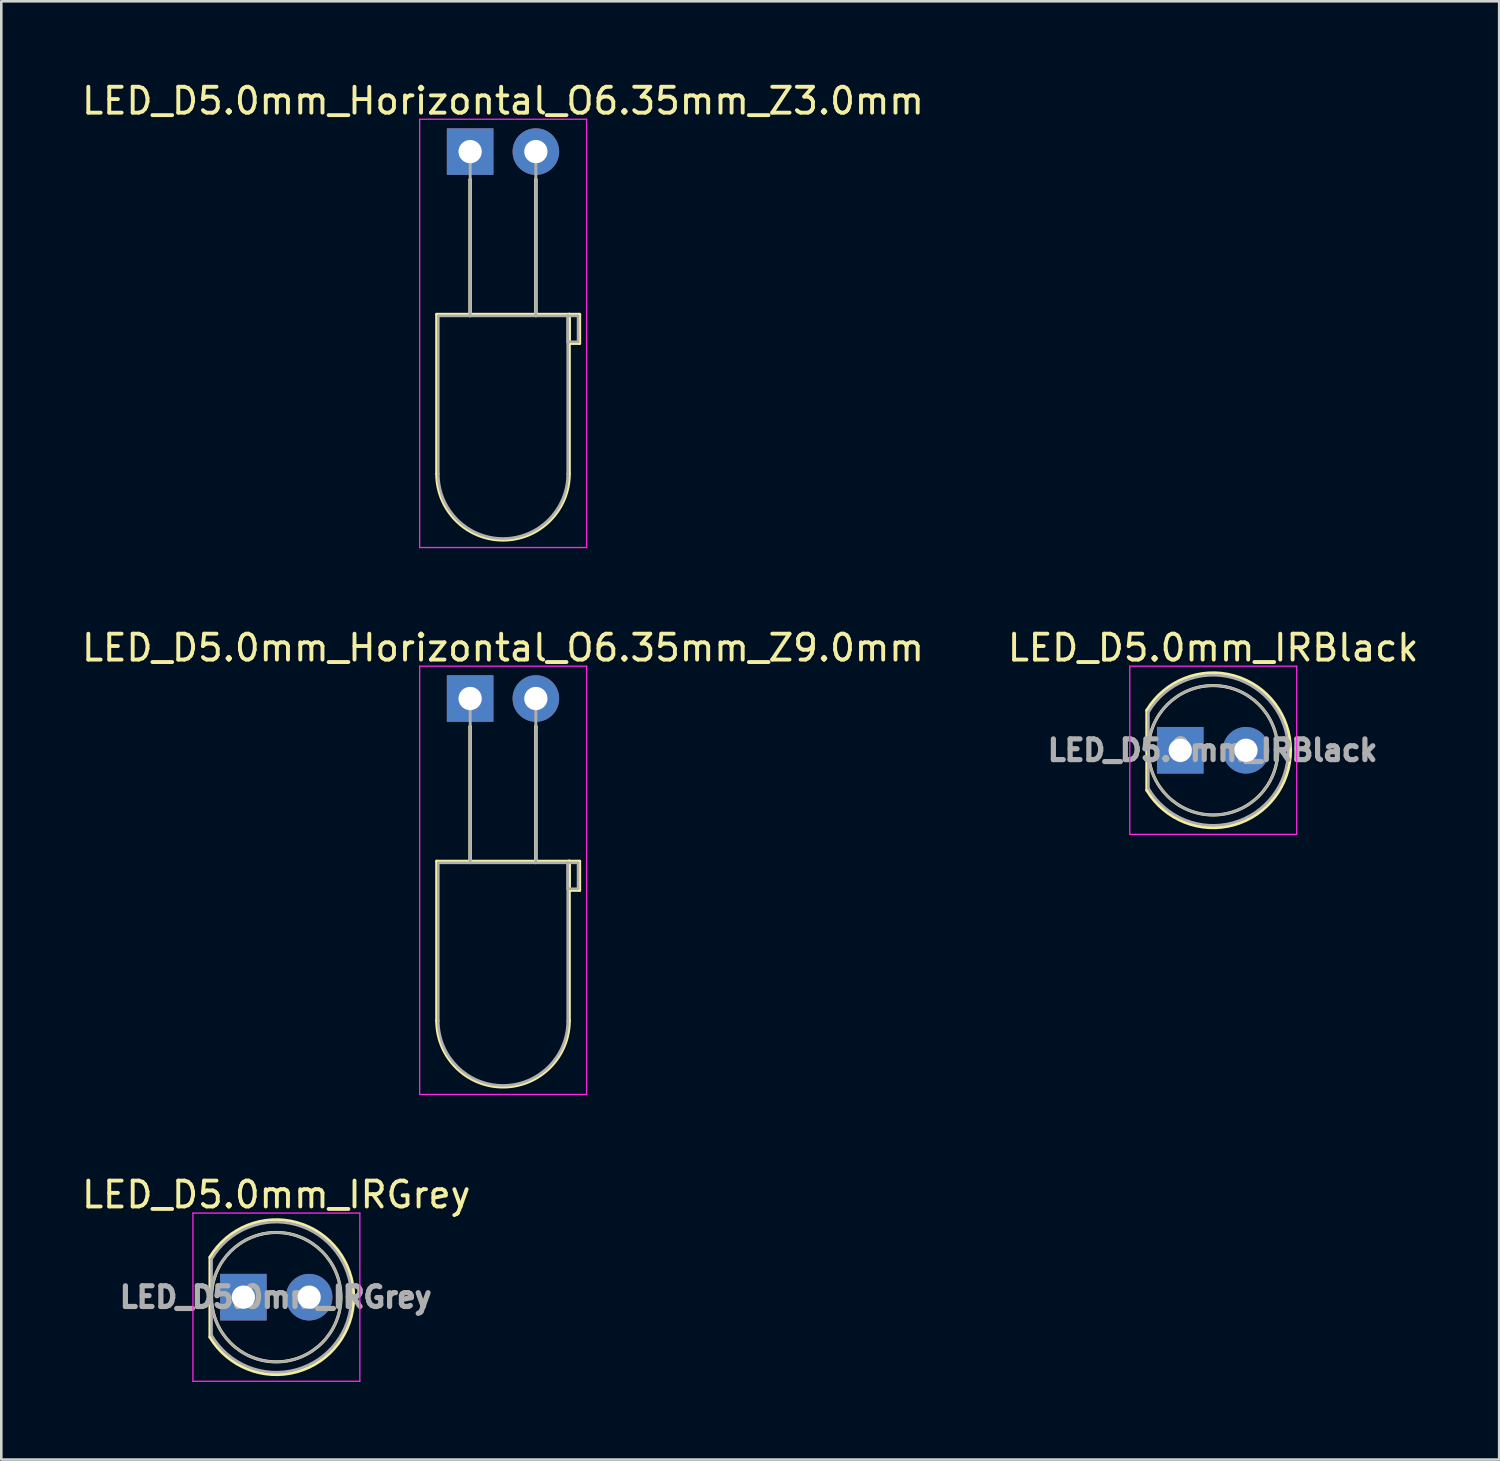
<source format=kicad_pcb>
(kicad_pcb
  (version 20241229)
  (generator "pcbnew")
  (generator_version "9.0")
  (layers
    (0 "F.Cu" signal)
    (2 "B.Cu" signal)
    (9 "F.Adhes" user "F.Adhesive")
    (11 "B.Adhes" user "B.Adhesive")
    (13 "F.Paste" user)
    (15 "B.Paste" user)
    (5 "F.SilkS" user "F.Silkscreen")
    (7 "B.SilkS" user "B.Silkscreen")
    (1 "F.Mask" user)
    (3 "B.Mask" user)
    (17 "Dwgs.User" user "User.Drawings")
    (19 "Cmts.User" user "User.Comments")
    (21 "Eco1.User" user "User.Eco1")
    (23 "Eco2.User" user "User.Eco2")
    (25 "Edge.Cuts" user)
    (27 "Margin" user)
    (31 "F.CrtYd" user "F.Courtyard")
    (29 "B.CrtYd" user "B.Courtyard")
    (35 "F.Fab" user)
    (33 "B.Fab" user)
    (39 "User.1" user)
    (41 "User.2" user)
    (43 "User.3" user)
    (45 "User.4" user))
  (footprint "LED_D5.0mm_IRBlack"
    (layer "F.Cu")
    (at 42.557 25.942)
    (property "Reference" "LED_D5.0mm_IRBlack" (at 1.27 -3.96 0) (layer "F.SilkS") (effects (font (size 1 1) (thickness 0.15))))
    (attr through_hole)
    (fp_line (start -1.29 -1.545) (end -1.29 1.545) (stroke (width 0.12) (type solid)) (layer "F.SilkS"))
    (fp_arc (start -1.29 -1.54483) (mid 2.072002 -2.880433) (end 4.26 0.000462) (stroke (width 0.12) (type solid)) (layer "F.SilkS"))
    (fp_arc (start 4.26 -0.000462) (mid 2.072002 2.880433) (end -1.29 1.54483) (stroke (width 0.12) (type solid)) (layer "F.SilkS"))
    (fp_circle (center 1.27 0) (end 3.77 0) (stroke (width 0.12) (type solid)) (fill no) (layer "F.SilkS"))
    (fp_line (start -1.95 -3.25) (end -1.95 3.25) (stroke (width 0.05) (type solid)) (layer "F.CrtYd"))
    (fp_line (start -1.95 3.25) (end 4.5 3.25) (stroke (width 0.05) (type solid)) (layer "F.CrtYd"))
    (fp_line (start 4.5 -3.25) (end -1.95 -3.25) (stroke (width 0.05) (type solid)) (layer "F.CrtYd"))
    (fp_line (start 4.5 3.25) (end 4.5 -3.25) (stroke (width 0.05) (type solid)) (layer "F.CrtYd"))
    (fp_line (start -1.23 -1.47) (end -1.23 1.47) (stroke (width 0.1) (type solid)) (layer "F.Fab"))
    (fp_arc (start -1.23 -1.469694) (mid 4.17 0.000016) (end -1.230016 1.469666) (stroke (width 0.1) (type solid)) (layer "F.Fab"))
    (fp_circle (center 1.27 0) (end 3.77 0) (stroke (width 0.1) (type solid)) (fill no) (layer "F.Fab"))
    (fp_text user "${REFERENCE}" (at 1.25 0 0) (layer "F.Fab") (effects (font (size 0.8 0.8) (thickness 0.2))))
    (pad "1" thru_hole rect (at 0 0) (size 1.8 1.8) (drill 0.9) (layers "*.Cu" "*.Mask"))
    (pad "2" thru_hole circle (at 2.54 0) (size 1.8 1.8) (drill 0.9) (layers "*.Cu" "*.Mask")))
  (footprint "LED_D5.0mm_IRGrey"
    (layer "F.Cu")
    (at 6.355 47.075)
    (property "Reference" "LED_D5.0mm_IRGrey" (at 1.27 -3.96 0) (layer "F.SilkS") (effects (font (size 1 1) (thickness 0.15))))
    (attr through_hole)
    (fp_line (start -1.29 -1.545) (end -1.29 1.545) (stroke (width 0.12) (type solid)) (layer "F.SilkS"))
    (fp_arc (start -1.29 -1.54483) (mid 2.072002 -2.880433) (end 4.26 0.000462) (stroke (width 0.12) (type solid)) (layer "F.SilkS"))
    (fp_arc (start 4.26 -0.000462) (mid 2.072002 2.880433) (end -1.29 1.54483) (stroke (width 0.12) (type solid)) (layer "F.SilkS"))
    (fp_circle (center 1.27 0) (end 3.77 0) (stroke (width 0.12) (type solid)) (fill no) (layer "F.SilkS"))
    (fp_line (start -1.95 -3.25) (end -1.95 3.25) (stroke (width 0.05) (type solid)) (layer "F.CrtYd"))
    (fp_line (start -1.95 3.25) (end 4.5 3.25) (stroke (width 0.05) (type solid)) (layer "F.CrtYd"))
    (fp_line (start 4.5 -3.25) (end -1.95 -3.25) (stroke (width 0.05) (type solid)) (layer "F.CrtYd"))
    (fp_line (start 4.5 3.25) (end 4.5 -3.25) (stroke (width 0.05) (type solid)) (layer "F.CrtYd"))
    (fp_line (start -1.23 -1.47) (end -1.23 1.47) (stroke (width 0.1) (type solid)) (layer "F.Fab"))
    (fp_arc (start -1.23 -1.469694) (mid 4.17 0.000016) (end -1.230016 1.469666) (stroke (width 0.1) (type solid)) (layer "F.Fab"))
    (fp_circle (center 1.27 0) (end 3.77 0) (stroke (width 0.1) (type solid)) (fill no) (layer "F.Fab"))
    (fp_text user "${REFERENCE}" (at 1.25 0 0) (layer "F.Fab") (effects (font (size 0.8 0.8) (thickness 0.2))))
    (pad "1" thru_hole rect (at 0 0) (size 1.8 1.8) (drill 0.9) (layers "*.Cu" "*.Mask"))
    (pad "2" thru_hole circle (at 2.54 0) (size 1.8 1.8) (drill 0.9) (layers "*.Cu" "*.Mask")))
  (footprint "LED_D5.0mm_Horizontal_O6.35mm_Z9.0mm"
    (layer "F.Cu")
    (at 15.117 23.942)
    (property "Reference" "LED_D5.0mm_Horizontal_O6.35mm_Z9.0mm" (at 1.27 -1.96 0) (layer "F.SilkS") (effects (font (size 1 1) (thickness 0.15))))
    (attr through_hole)
    (fp_line (start -1.29 6.29) (end -1.29 12.45) (stroke (width 0.12) (type solid)) (layer "F.SilkS"))
    (fp_line (start -1.29 6.29) (end 3.83 6.29) (stroke (width 0.12) (type solid)) (layer "F.SilkS"))
    (fp_line (start 0 1.08) (end 0 1.08) (stroke (width 0.12) (type solid)) (layer "F.SilkS"))
    (fp_line (start 0 1.08) (end 0 6.29) (stroke (width 0.12) (type solid)) (layer "F.SilkS"))
    (fp_line (start 0 6.29) (end 0 1.08) (stroke (width 0.12) (type solid)) (layer "F.SilkS"))
    (fp_line (start 0 6.29) (end 0 6.29) (stroke (width 0.12) (type solid)) (layer "F.SilkS"))
    (fp_line (start 2.54 1.08) (end 2.54 1.08) (stroke (width 0.12) (type solid)) (layer "F.SilkS"))
    (fp_line (start 2.54 1.08) (end 2.54 6.29) (stroke (width 0.12) (type solid)) (layer "F.SilkS"))
    (fp_line (start 2.54 6.29) (end 2.54 1.08) (stroke (width 0.12) (type solid)) (layer "F.SilkS"))
    (fp_line (start 2.54 6.29) (end 2.54 6.29) (stroke (width 0.12) (type solid)) (layer "F.SilkS"))
    (fp_line (start 3.83 6.29) (end 3.83 12.45) (stroke (width 0.12) (type solid)) (layer "F.SilkS"))
    (fp_line (start 3.83 6.29) (end 4.23 6.29) (stroke (width 0.12) (type solid)) (layer "F.SilkS"))
    (fp_line (start 3.83 7.41) (end 3.83 6.29) (stroke (width 0.12) (type solid)) (layer "F.SilkS"))
    (fp_line (start 4.23 6.29) (end 4.23 7.41) (stroke (width 0.12) (type solid)) (layer "F.SilkS"))
    (fp_line (start 4.23 7.41) (end 3.83 7.41) (stroke (width 0.12) (type solid)) (layer "F.SilkS"))
    (fp_arc (start 3.83 12.45) (mid 1.27 15.01) (end -1.29 12.45) (stroke (width 0.12) (type solid)) (layer "F.SilkS"))
    (fp_line (start -1.95 -1.25) (end -1.95 15.3) (stroke (width 0.05) (type solid)) (layer "F.CrtYd"))
    (fp_line (start -1.95 15.3) (end 4.5 15.3) (stroke (width 0.05) (type solid)) (layer "F.CrtYd"))
    (fp_line (start 4.5 -1.25) (end -1.95 -1.25) (stroke (width 0.05) (type solid)) (layer "F.CrtYd"))
    (fp_line (start 4.5 15.3) (end 4.5 -1.25) (stroke (width 0.05) (type solid)) (layer "F.CrtYd"))
    (fp_line (start -1.23 6.35) (end -1.23 12.45) (stroke (width 0.1) (type solid)) (layer "F.Fab"))
    (fp_line (start -1.23 6.35) (end 3.77 6.35) (stroke (width 0.1) (type solid)) (layer "F.Fab"))
    (fp_line (start 0 0) (end 0 0) (stroke (width 0.1) (type solid)) (layer "F.Fab"))
    (fp_line (start 0 0) (end 0 6.35) (stroke (width 0.1) (type solid)) (layer "F.Fab"))
    (fp_line (start 0 6.35) (end 0 0) (stroke (width 0.1) (type solid)) (layer "F.Fab"))
    (fp_line (start 0 6.35) (end 0 6.35) (stroke (width 0.1) (type solid)) (layer "F.Fab"))
    (fp_line (start 2.54 0) (end 2.54 0) (stroke (width 0.1) (type solid)) (layer "F.Fab"))
    (fp_line (start 2.54 0) (end 2.54 6.35) (stroke (width 0.1) (type solid)) (layer "F.Fab"))
    (fp_line (start 2.54 6.35) (end 2.54 0) (stroke (width 0.1) (type solid)) (layer "F.Fab"))
    (fp_line (start 2.54 6.35) (end 2.54 6.35) (stroke (width 0.1) (type solid)) (layer "F.Fab"))
    (fp_line (start 3.77 6.35) (end 3.77 12.45) (stroke (width 0.1) (type solid)) (layer "F.Fab"))
    (fp_line (start 3.77 6.35) (end 4.17 6.35) (stroke (width 0.1) (type solid)) (layer "F.Fab"))
    (fp_line (start 3.77 7.35) (end 3.77 6.35) (stroke (width 0.1) (type solid)) (layer "F.Fab"))
    (fp_line (start 4.17 6.35) (end 4.17 7.35) (stroke (width 0.1) (type solid)) (layer "F.Fab"))
    (fp_line (start 4.17 7.35) (end 3.77 7.35) (stroke (width 0.1) (type solid)) (layer "F.Fab"))
    (fp_arc (start 3.77 12.45) (mid 1.27 14.95) (end -1.23 12.45) (stroke (width 0.1) (type solid)) (layer "F.Fab"))
    (pad "1" thru_hole rect (at 0 0) (size 1.8 1.8) (drill 0.9) (layers "*.Cu" "*.Mask"))
    (pad "2" thru_hole circle (at 2.54 0) (size 1.8 1.8) (drill 0.9) (layers "*.Cu" "*.Mask")))
  (footprint "LED_D5.0mm_Horizontal_O6.35mm_Z3.0mm"
    (layer "F.Cu")
    (at 15.117 2.808)
    (property "Reference" "LED_D5.0mm_Horizontal_O6.35mm_Z3.0mm" (at 1.27 -1.96 0) (layer "F.SilkS") (effects (font (size 1 1) (thickness 0.15))))
    (attr through_hole)
    (fp_line (start -1.29 6.29) (end -1.29 12.45) (stroke (width 0.12) (type solid)) (layer "F.SilkS"))
    (fp_line (start -1.29 6.29) (end 3.83 6.29) (stroke (width 0.12) (type solid)) (layer "F.SilkS"))
    (fp_line (start 0 1.08) (end 0 1.08) (stroke (width 0.12) (type solid)) (layer "F.SilkS"))
    (fp_line (start 0 1.08) (end 0 6.29) (stroke (width 0.12) (type solid)) (layer "F.SilkS"))
    (fp_line (start 0 6.29) (end 0 1.08) (stroke (width 0.12) (type solid)) (layer "F.SilkS"))
    (fp_line (start 0 6.29) (end 0 6.29) (stroke (width 0.12) (type solid)) (layer "F.SilkS"))
    (fp_line (start 2.54 1.08) (end 2.54 1.08) (stroke (width 0.12) (type solid)) (layer "F.SilkS"))
    (fp_line (start 2.54 1.08) (end 2.54 6.29) (stroke (width 0.12) (type solid)) (layer "F.SilkS"))
    (fp_line (start 2.54 6.29) (end 2.54 1.08) (stroke (width 0.12) (type solid)) (layer "F.SilkS"))
    (fp_line (start 2.54 6.29) (end 2.54 6.29) (stroke (width 0.12) (type solid)) (layer "F.SilkS"))
    (fp_line (start 3.83 6.29) (end 3.83 12.45) (stroke (width 0.12) (type solid)) (layer "F.SilkS"))
    (fp_line (start 3.83 6.29) (end 4.23 6.29) (stroke (width 0.12) (type solid)) (layer "F.SilkS"))
    (fp_line (start 3.83 7.41) (end 3.83 6.29) (stroke (width 0.12) (type solid)) (layer "F.SilkS"))
    (fp_line (start 4.23 6.29) (end 4.23 7.41) (stroke (width 0.12) (type solid)) (layer "F.SilkS"))
    (fp_line (start 4.23 7.41) (end 3.83 7.41) (stroke (width 0.12) (type solid)) (layer "F.SilkS"))
    (fp_arc (start 3.83 12.45) (mid 1.27 15.01) (end -1.29 12.45) (stroke (width 0.12) (type solid)) (layer "F.SilkS"))
    (fp_line (start -1.95 -1.25) (end -1.95 15.3) (stroke (width 0.05) (type solid)) (layer "F.CrtYd"))
    (fp_line (start -1.95 15.3) (end 4.5 15.3) (stroke (width 0.05) (type solid)) (layer "F.CrtYd"))
    (fp_line (start 4.5 -1.25) (end -1.95 -1.25) (stroke (width 0.05) (type solid)) (layer "F.CrtYd"))
    (fp_line (start 4.5 15.3) (end 4.5 -1.25) (stroke (width 0.05) (type solid)) (layer "F.CrtYd"))
    (fp_line (start -1.23 6.35) (end -1.23 12.45) (stroke (width 0.1) (type solid)) (layer "F.Fab"))
    (fp_line (start -1.23 6.35) (end 3.77 6.35) (stroke (width 0.1) (type solid)) (layer "F.Fab"))
    (fp_line (start 0 0) (end 0 0) (stroke (width 0.1) (type solid)) (layer "F.Fab"))
    (fp_line (start 0 0) (end 0 6.35) (stroke (width 0.1) (type solid)) (layer "F.Fab"))
    (fp_line (start 0 6.35) (end 0 0) (stroke (width 0.1) (type solid)) (layer "F.Fab"))
    (fp_line (start 0 6.35) (end 0 6.35) (stroke (width 0.1) (type solid)) (layer "F.Fab"))
    (fp_line (start 2.54 0) (end 2.54 0) (stroke (width 0.1) (type solid)) (layer "F.Fab"))
    (fp_line (start 2.54 0) (end 2.54 6.35) (stroke (width 0.1) (type solid)) (layer "F.Fab"))
    (fp_line (start 2.54 6.35) (end 2.54 0) (stroke (width 0.1) (type solid)) (layer "F.Fab"))
    (fp_line (start 2.54 6.35) (end 2.54 6.35) (stroke (width 0.1) (type solid)) (layer "F.Fab"))
    (fp_line (start 3.77 6.35) (end 3.77 12.45) (stroke (width 0.1) (type solid)) (layer "F.Fab"))
    (fp_line (start 3.77 6.35) (end 4.17 6.35) (stroke (width 0.1) (type solid)) (layer "F.Fab"))
    (fp_line (start 3.77 7.35) (end 3.77 6.35) (stroke (width 0.1) (type solid)) (layer "F.Fab"))
    (fp_line (start 4.17 6.35) (end 4.17 7.35) (stroke (width 0.1) (type solid)) (layer "F.Fab"))
    (fp_line (start 4.17 7.35) (end 3.77 7.35) (stroke (width 0.1) (type solid)) (layer "F.Fab"))
    (fp_arc (start 3.77 12.45) (mid 1.27 14.95) (end -1.23 12.45) (stroke (width 0.1) (type solid)) (layer "F.Fab"))
    (pad "1" thru_hole rect (at 0 0) (size 1.8 1.8) (drill 0.9) (layers "*.Cu" "*.Mask"))
    (pad "2" thru_hole circle (at 2.54 0) (size 1.8 1.8) (drill 0.9) (layers "*.Cu" "*.Mask")))
  (gr_rect
    (start -3 -3)
    (end 54.881 53.35)
    (stroke (width 0.1) (type default))
    (fill no)
    (layer "Edge.Cuts")))
</source>
